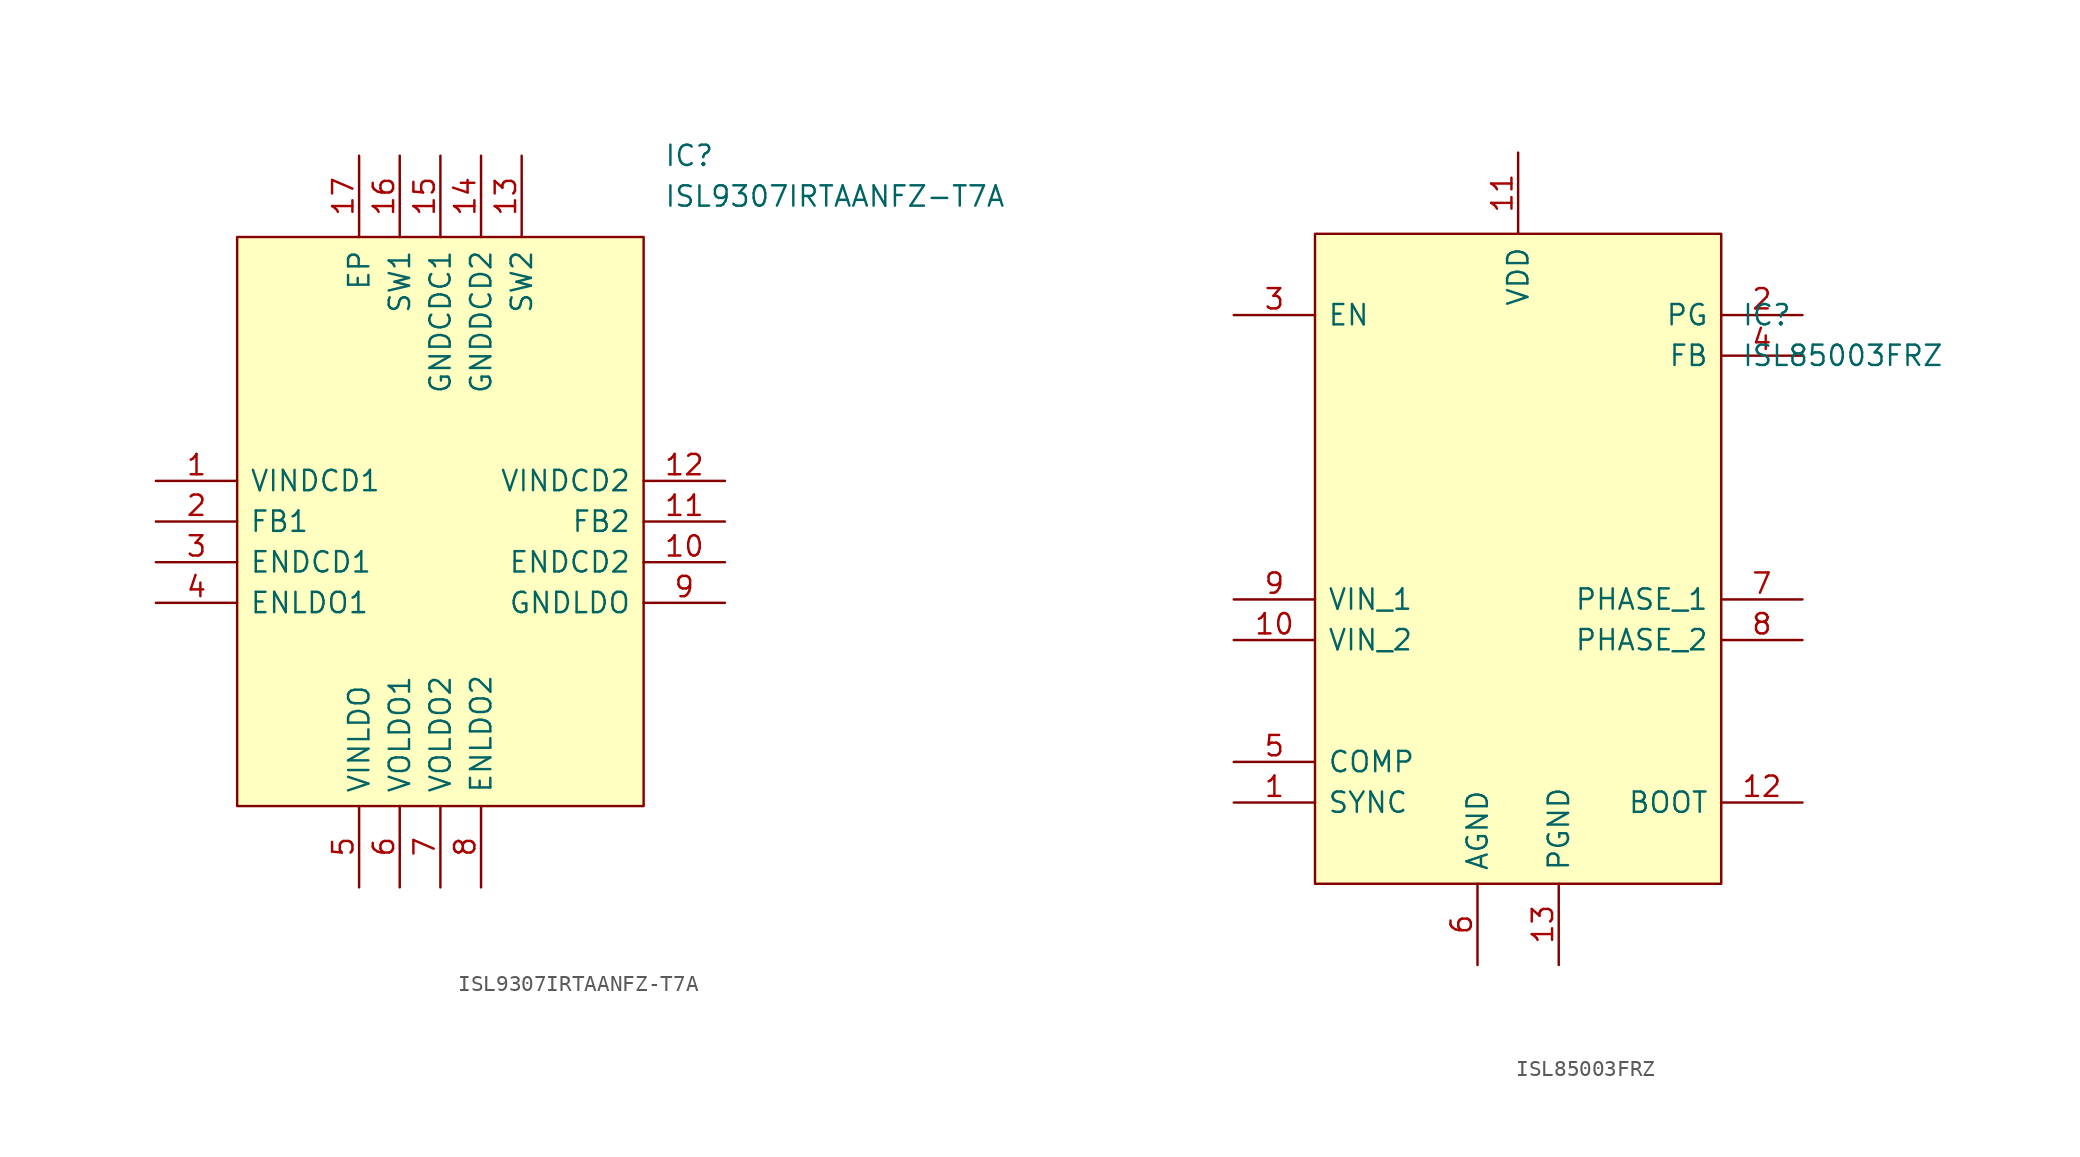
<source format=kicad_sym>
(kicad_symbol_lib
  (version 20211014)
  (generator kicad_symbol_editor)
  (symbol "ISL9307IRTAANFZ-T7A"
    (pin_names
      (offset 0.762))
    (property "Reference" "IC"
      (at 31.75 20.32 0)
      (effects (font (size 1.27 1.27)) (justify left)))
    (property "Value" "ISL9307IRTAANFZ-T7A"
      (at 31.75 17.78 0)
      (effects (font (size 1.27 1.27)) (justify left)))
    (symbol "ISL9307IRTAANFZ-T7A_0_0"
      (pin passive line (at 0 0 0) (length 5.08) (name "VINDCD1" (effects (font (size 1.27 1.27)))) (number "1" (effects (font (size 1.27 1.27)))))
      (pin passive line (at 35.56 -5.08 180) (length 5.08) (name "ENDCD2" (effects (font (size 1.27 1.27)))) (number "10" (effects (font (size 1.27 1.27)))))
      (pin passive line (at 35.56 -2.54 180) (length 5.08) (name "FB2" (effects (font (size 1.27 1.27)))) (number "11" (effects (font (size 1.27 1.27)))))
      (pin passive line (at 35.56 0 180) (length 5.08) (name "VINDCD2" (effects (font (size 1.27 1.27)))) (number "12" (effects (font (size 1.27 1.27)))))
      (pin passive line (at 22.86 20.32 270) (length 5.08) (name "SW2" (effects (font (size 1.27 1.27)))) (number "13" (effects (font (size 1.27 1.27)))))
      (pin passive line (at 20.32 20.32 270) (length 5.08) (name "GNDDCD2" (effects (font (size 1.27 1.27)))) (number "14" (effects (font (size 1.27 1.27)))))
      (pin passive line (at 17.78 20.32 270) (length 5.08) (name "GNDCDC1" (effects (font (size 1.27 1.27)))) (number "15" (effects (font (size 1.27 1.27)))))
      (pin passive line (at 15.24 20.32 270) (length 5.08) (name "SW1" (effects (font (size 1.27 1.27)))) (number "16" (effects (font (size 1.27 1.27)))))
      (pin passive line (at 12.7 20.32 270) (length 5.08) (name "EP" (effects (font (size 1.27 1.27)))) (number "17" (effects (font (size 1.27 1.27)))))
      (pin passive line (at 0 -2.54 0) (length 5.08) (name "FB1" (effects (font (size 1.27 1.27)))) (number "2" (effects (font (size 1.27 1.27)))))
      (pin passive line (at 0 -5.08 0) (length 5.08) (name "ENDCD1" (effects (font (size 1.27 1.27)))) (number "3" (effects (font (size 1.27 1.27)))))
      (pin passive line (at 0 -7.62 0) (length 5.08) (name "ENLDO1" (effects (font (size 1.27 1.27)))) (number "4" (effects (font (size 1.27 1.27)))))
      (pin passive line (at 12.7 -25.4 90) (length 5.08) (name "VINLDO" (effects (font (size 1.27 1.27)))) (number "5" (effects (font (size 1.27 1.27)))))
      (pin passive line (at 15.24 -25.4 90) (length 5.08) (name "VOLDO1" (effects (font (size 1.27 1.27)))) (number "6" (effects (font (size 1.27 1.27)))))
      (pin passive line (at 17.78 -25.4 90) (length 5.08) (name "VOLDO2" (effects (font (size 1.27 1.27)))) (number "7" (effects (font (size 1.27 1.27)))))
      (pin passive line (at 20.32 -25.4 90) (length 5.08) (name "ENLDO2" (effects (font (size 1.27 1.27)))) (number "8" (effects (font (size 1.27 1.27)))))
      (pin passive line (at 35.56 -7.62 180) (length 5.08) (name "GNDLDO" (effects (font (size 1.27 1.27)))) (number "9" (effects (font (size 1.27 1.27))))))
    (symbol "ISL9307IRTAANFZ-T7A_0_1"
      (polyline (pts (xy 5.08 15.24) (xy 30.48 15.24) (xy 30.48 -20.32) (xy 5.08 -20.32) (xy 5.08 15.24)) (stroke (width 0.152) (type default) (color 0 0 0 0)) (fill (type background)))))
  (symbol "ISL85003FRZ"
    (pin_names
      (offset 0.762))
    (property "Reference" "IC"
      (at 31.75 7.62 0)
      (effects (font (size 1.27 1.27)) (justify left)))
    (property "Value" "ISL85003FRZ"
      (at 31.75 5.08 0)
      (effects (font (size 1.27 1.27)) (justify left)))
    (symbol "ISL85003FRZ_0_0"
      (pin passive line (at 0 -22.86 0) (length 5.08) (name "SYNC" (effects (font (size 1.27 1.27)))) (number "1" (effects (font (size 1.27 1.27)))))
      (pin passive line (at 0 -12.7 0) (length 5.08) (name "VIN_2" (effects (font (size 1.27 1.27)))) (number "10" (effects (font (size 1.27 1.27)))))
      (pin passive line (at 17.78 17.78 270) (length 5.08) (name "VDD" (effects (font (size 1.27 1.27)))) (number "11" (effects (font (size 1.27 1.27)))))
      (pin passive line (at 35.56 -22.86 180) (length 5.08) (name "BOOT" (effects (font (size 1.27 1.27)))) (number "12" (effects (font (size 1.27 1.27)))))
      (pin passive line (at 20.32 -33.02 90) (length 5.08) (name "PGND" (effects (font (size 1.27 1.27)))) (number "13" (effects (font (size 1.27 1.27)))))
      (pin passive line (at 35.56 7.62 180) (length 5.08) (name "PG" (effects (font (size 1.27 1.27)))) (number "2" (effects (font (size 1.27 1.27)))))
      (pin passive line (at 0 7.62 0) (length 5.08) (name "EN" (effects (font (size 1.27 1.27)))) (number "3" (effects (font (size 1.27 1.27)))))
      (pin passive line (at 35.56 5.08 180) (length 5.08) (name "FB" (effects (font (size 1.27 1.27)))) (number "4" (effects (font (size 1.27 1.27)))))
      (pin passive line (at 0 -20.32 0) (length 5.08) (name "COMP" (effects (font (size 1.27 1.27)))) (number "5" (effects (font (size 1.27 1.27)))))
      (pin passive line (at 15.24 -33.02 90) (length 5.08) (name "AGND" (effects (font (size 1.27 1.27)))) (number "6" (effects (font (size 1.27 1.27)))))
      (pin passive line (at 35.56 -10.16 180) (length 5.08) (name "PHASE_1" (effects (font (size 1.27 1.27)))) (number "7" (effects (font (size 1.27 1.27)))))
      (pin passive line (at 35.56 -12.7 180) (length 5.08) (name "PHASE_2" (effects (font (size 1.27 1.27)))) (number "8" (effects (font (size 1.27 1.27)))))
      (pin passive line (at 0 -10.16 0) (length 5.08) (name "VIN_1" (effects (font (size 1.27 1.27)))) (number "9" (effects (font (size 1.27 1.27))))))
    (symbol "ISL85003FRZ_0_1"
      (polyline (pts (xy 5.08 12.7) (xy 30.48 12.7) (xy 30.48 -27.94) (xy 5.08 -27.94) (xy 5.08 12.7)) (stroke (width 0.152) (type default) (color 0 0 0 0)) (fill (type background))))))
</source>
